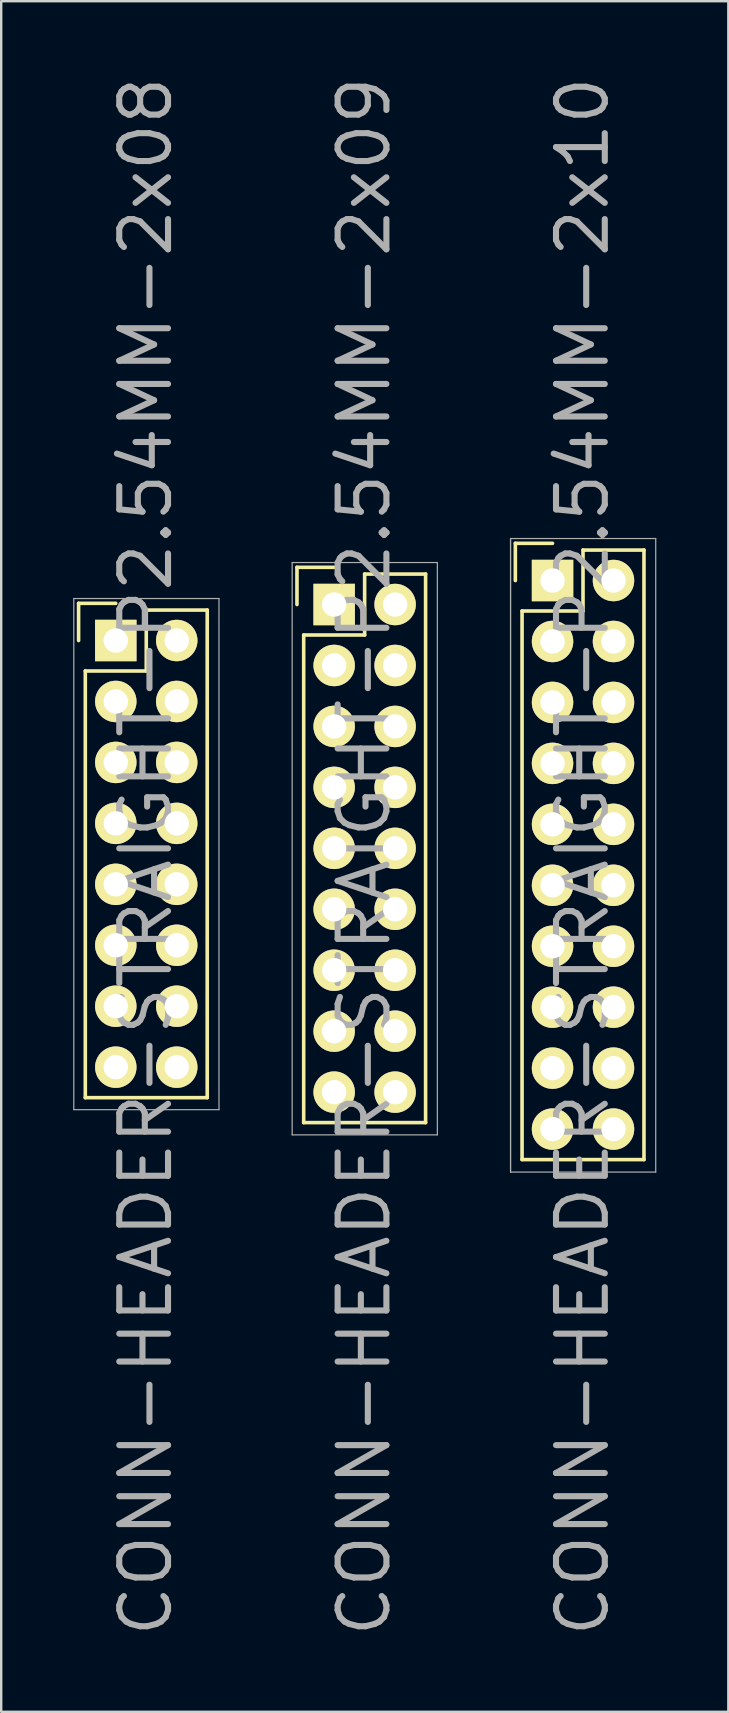
<source format=kicad_pcb>
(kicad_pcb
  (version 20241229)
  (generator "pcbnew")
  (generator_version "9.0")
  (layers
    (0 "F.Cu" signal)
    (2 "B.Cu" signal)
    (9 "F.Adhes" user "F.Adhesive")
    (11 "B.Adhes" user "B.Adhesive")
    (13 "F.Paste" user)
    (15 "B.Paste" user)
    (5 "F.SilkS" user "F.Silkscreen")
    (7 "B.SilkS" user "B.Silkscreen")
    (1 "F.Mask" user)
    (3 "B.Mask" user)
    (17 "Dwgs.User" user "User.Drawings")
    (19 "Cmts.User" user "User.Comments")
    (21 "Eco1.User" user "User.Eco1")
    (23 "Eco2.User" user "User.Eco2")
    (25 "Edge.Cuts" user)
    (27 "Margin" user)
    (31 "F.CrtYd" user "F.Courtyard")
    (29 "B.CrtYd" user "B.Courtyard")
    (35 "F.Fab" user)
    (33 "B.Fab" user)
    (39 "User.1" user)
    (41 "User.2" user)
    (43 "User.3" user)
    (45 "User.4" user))
  (footprint "CONN-HEADER-STRAIGHT-P2.54MM-2x08"
    (layer "F.Cu")
    (at 1.775 23.641)
    (property "Reference" "CONN-HEADER-STRAIGHT-P2.54MM-2x08" (at 1.25 9 90) (layer "F.Fab") (effects (font (size 2.032 2.032) (thickness 0.254))))
    (attr smd)
    (fp_line (start -1.55 -1.55) (end -1.55 0) (stroke (width 0.15) (type solid)) (layer "F.SilkS"))
    (fp_line (start -1.27 1.27) (end -1.27 19.05) (stroke (width 0.15) (type solid)) (layer "F.SilkS"))
    (fp_line (start 0 -1.55) (end -1.55 -1.55) (stroke (width 0.15) (type solid)) (layer "F.SilkS"))
    (fp_line (start 1.27 -1.27) (end 1.27 1.27) (stroke (width 0.15) (type solid)) (layer "F.SilkS"))
    (fp_line (start 1.27 1.27) (end -1.27 1.27) (stroke (width 0.15) (type solid)) (layer "F.SilkS"))
    (fp_line (start 3.81 -1.27) (end 1.27 -1.27) (stroke (width 0.15) (type solid)) (layer "F.SilkS"))
    (fp_line (start 3.81 19.05) (end -1.27 19.05) (stroke (width 0.15) (type solid)) (layer "F.SilkS"))
    (fp_line (start 3.81 19.05) (end 3.81 -1.27) (stroke (width 0.15) (type solid)) (layer "F.SilkS"))
    (fp_line (start -1.75 -1.75) (end -1.75 19.55) (stroke (width 0.05) (type solid)) (layer "F.Fab"))
    (fp_line (start -1.75 -1.75) (end 4.3 -1.75) (stroke (width 0.05) (type solid)) (layer "F.Fab"))
    (fp_line (start -1.75 19.55) (end 4.3 19.55) (stroke (width 0.05) (type solid)) (layer "F.Fab"))
    (fp_line (start 4.3 -1.75) (end 4.3 19.55) (stroke (width 0.05) (type solid)) (layer "F.Fab"))
    (pad "1" thru_hole rect (at 0 0) (size 1.727 1.727) (drill 1.016) (layers "*.Cu" "*.Mask" "F.SilkS"))
    (pad "2" thru_hole oval (at 2.54 0) (size 1.727 1.727) (drill 1.016) (layers "*.Cu" "*.Mask" "F.SilkS"))
    (pad "3" thru_hole oval (at 0 2.54) (size 1.727 1.727) (drill 1.016) (layers "*.Cu" "*.Mask" "F.SilkS"))
    (pad "4" thru_hole oval (at 2.54 2.54) (size 1.727 1.727) (drill 1.016) (layers "*.Cu" "*.Mask" "F.SilkS"))
    (pad "5" thru_hole oval (at 0 5.08) (size 1.727 1.727) (drill 1.016) (layers "*.Cu" "*.Mask" "F.SilkS"))
    (pad "6" thru_hole oval (at 2.54 5.08) (size 1.727 1.727) (drill 1.016) (layers "*.Cu" "*.Mask" "F.SilkS"))
    (pad "7" thru_hole oval (at 0 7.62) (size 1.727 1.727) (drill 1.016) (layers "*.Cu" "*.Mask" "F.SilkS"))
    (pad "8" thru_hole oval (at 2.54 7.62) (size 1.727 1.727) (drill 1.016) (layers "*.Cu" "*.Mask" "F.SilkS"))
    (pad "9" thru_hole oval (at 0 10.16) (size 1.727 1.727) (drill 1.016) (layers "*.Cu" "*.Mask" "F.SilkS"))
    (pad "10" thru_hole oval (at 2.54 10.16) (size 1.727 1.727) (drill 1.016) (layers "*.Cu" "*.Mask" "F.SilkS"))
    (pad "11" thru_hole oval (at 0 12.7) (size 1.727 1.727) (drill 1.016) (layers "*.Cu" "*.Mask" "F.SilkS"))
    (pad "12" thru_hole oval (at 2.54 12.7) (size 1.727 1.727) (drill 1.016) (layers "*.Cu" "*.Mask" "F.SilkS"))
    (pad "13" thru_hole oval (at 0 15.24) (size 1.727 1.727) (drill 1.016) (layers "*.Cu" "*.Mask" "F.SilkS"))
    (pad "14" thru_hole oval (at 2.54 15.24) (size 1.727 1.727) (drill 1.016) (layers "*.Cu" "*.Mask" "F.SilkS"))
    (pad "15" thru_hole oval (at 0 17.78) (size 1.727 1.727) (drill 1.016) (layers "*.Cu" "*.Mask" "F.SilkS"))
    (pad "16" thru_hole oval (at 2.54 17.78) (size 1.727 1.727) (drill 1.016) (layers "*.Cu" "*.Mask" "F.SilkS")))
  (footprint "CONN-HEADER-STRAIGHT-P2.54MM-2x09"
    (layer "F.Cu")
    (at 10.875 22.141)
    (property "Reference" "CONN-HEADER-STRAIGHT-P2.54MM-2x09" (at 1.25 10.5 90) (layer "F.Fab") (effects (font (size 2.032 2.032) (thickness 0.254))))
    (attr smd)
    (fp_line (start -1.55 -1.55) (end -1.55 0) (stroke (width 0.15) (type solid)) (layer "F.SilkS"))
    (fp_line (start -1.27 1.27) (end -1.27 21.59) (stroke (width 0.15) (type solid)) (layer "F.SilkS"))
    (fp_line (start 0 -1.55) (end -1.55 -1.55) (stroke (width 0.15) (type solid)) (layer "F.SilkS"))
    (fp_line (start 1.27 -1.27) (end 1.27 1.27) (stroke (width 0.15) (type solid)) (layer "F.SilkS"))
    (fp_line (start 1.27 1.27) (end -1.27 1.27) (stroke (width 0.15) (type solid)) (layer "F.SilkS"))
    (fp_line (start 3.81 -1.27) (end 1.27 -1.27) (stroke (width 0.15) (type solid)) (layer "F.SilkS"))
    (fp_line (start 3.81 21.59) (end -1.27 21.59) (stroke (width 0.15) (type solid)) (layer "F.SilkS"))
    (fp_line (start 3.81 21.59) (end 3.81 -1.27) (stroke (width 0.15) (type solid)) (layer "F.SilkS"))
    (fp_line (start -1.75 -1.75) (end -1.75 22.1) (stroke (width 0.05) (type solid)) (layer "F.Fab"))
    (fp_line (start -1.75 -1.75) (end 4.3 -1.75) (stroke (width 0.05) (type solid)) (layer "F.Fab"))
    (fp_line (start -1.75 22.1) (end 4.3 22.1) (stroke (width 0.05) (type solid)) (layer "F.Fab"))
    (fp_line (start 4.3 -1.75) (end 4.3 22.1) (stroke (width 0.05) (type solid)) (layer "F.Fab"))
    (pad "1" thru_hole rect (at 0 0) (size 1.727 1.727) (drill 1.016) (layers "*.Cu" "*.Mask" "F.SilkS"))
    (pad "2" thru_hole oval (at 2.54 0) (size 1.727 1.727) (drill 1.016) (layers "*.Cu" "*.Mask" "F.SilkS"))
    (pad "3" thru_hole oval (at 0 2.54) (size 1.727 1.727) (drill 1.016) (layers "*.Cu" "*.Mask" "F.SilkS"))
    (pad "4" thru_hole oval (at 2.54 2.54) (size 1.727 1.727) (drill 1.016) (layers "*.Cu" "*.Mask" "F.SilkS"))
    (pad "5" thru_hole oval (at 0 5.08) (size 1.727 1.727) (drill 1.016) (layers "*.Cu" "*.Mask" "F.SilkS"))
    (pad "6" thru_hole oval (at 2.54 5.08) (size 1.727 1.727) (drill 1.016) (layers "*.Cu" "*.Mask" "F.SilkS"))
    (pad "7" thru_hole oval (at 0 7.62) (size 1.727 1.727) (drill 1.016) (layers "*.Cu" "*.Mask" "F.SilkS"))
    (pad "8" thru_hole oval (at 2.54 7.62) (size 1.727 1.727) (drill 1.016) (layers "*.Cu" "*.Mask" "F.SilkS"))
    (pad "9" thru_hole oval (at 0 10.16) (size 1.727 1.727) (drill 1.016) (layers "*.Cu" "*.Mask" "F.SilkS"))
    (pad "10" thru_hole oval (at 2.54 10.16) (size 1.727 1.727) (drill 1.016) (layers "*.Cu" "*.Mask" "F.SilkS"))
    (pad "11" thru_hole oval (at 0 12.7) (size 1.727 1.727) (drill 1.016) (layers "*.Cu" "*.Mask" "F.SilkS"))
    (pad "12" thru_hole oval (at 2.54 12.7) (size 1.727 1.727) (drill 1.016) (layers "*.Cu" "*.Mask" "F.SilkS"))
    (pad "13" thru_hole oval (at 0 15.24) (size 1.727 1.727) (drill 1.016) (layers "*.Cu" "*.Mask" "F.SilkS"))
    (pad "14" thru_hole oval (at 2.54 15.24) (size 1.727 1.727) (drill 1.016) (layers "*.Cu" "*.Mask" "F.SilkS"))
    (pad "15" thru_hole oval (at 0 17.78) (size 1.727 1.727) (drill 1.016) (layers "*.Cu" "*.Mask" "F.SilkS"))
    (pad "16" thru_hole oval (at 2.54 17.78) (size 1.727 1.727) (drill 1.016) (layers "*.Cu" "*.Mask" "F.SilkS"))
    (pad "17" thru_hole oval (at 0 20.32) (size 1.727 1.727) (drill 1.016) (layers "*.Cu" "*.Mask" "F.SilkS"))
    (pad "18" thru_hole oval (at 2.54 20.32) (size 1.727 1.727) (drill 1.016) (layers "*.Cu" "*.Mask" "F.SilkS")))
  (footprint "CONN-HEADER-STRAIGHT-P2.54MM-2x10"
    (layer "F.Cu")
    (at 19.975 21.141)
    (property "Reference" "CONN-HEADER-STRAIGHT-P2.54MM-2x10" (at 1.25 11.5 90) (layer "F.Fab") (effects (font (size 2.032 2.032) (thickness 0.254))))
    (attr smd)
    (fp_line (start -1.55 -1.55) (end -1.55 0) (stroke (width 0.15) (type solid)) (layer "F.SilkS"))
    (fp_line (start -1.27 1.27) (end -1.27 24.13) (stroke (width 0.15) (type solid)) (layer "F.SilkS"))
    (fp_line (start 0 -1.55) (end -1.55 -1.55) (stroke (width 0.15) (type solid)) (layer "F.SilkS"))
    (fp_line (start 1.27 -1.27) (end 1.27 1.27) (stroke (width 0.15) (type solid)) (layer "F.SilkS"))
    (fp_line (start 1.27 1.27) (end -1.27 1.27) (stroke (width 0.15) (type solid)) (layer "F.SilkS"))
    (fp_line (start 3.81 -1.27) (end 1.27 -1.27) (stroke (width 0.15) (type solid)) (layer "F.SilkS"))
    (fp_line (start 3.81 24.13) (end -1.27 24.13) (stroke (width 0.15) (type solid)) (layer "F.SilkS"))
    (fp_line (start 3.81 24.13) (end 3.81 -1.27) (stroke (width 0.15) (type solid)) (layer "F.SilkS"))
    (fp_line (start -1.75 -1.75) (end -1.75 24.65) (stroke (width 0.05) (type solid)) (layer "F.Fab"))
    (fp_line (start -1.75 -1.75) (end -1.75 24.65) (stroke (width 0.05) (type solid)) (layer "F.Fab"))
    (fp_line (start -1.75 -1.75) (end 4.3 -1.75) (stroke (width 0.05) (type solid)) (layer "F.Fab"))
    (fp_line (start -1.75 24.65) (end 4.3 24.65) (stroke (width 0.05) (type solid)) (layer "F.Fab"))
    (fp_line (start 4.3 -1.75) (end 4.3 24.65) (stroke (width 0.05) (type solid)) (layer "F.Fab"))
    (pad "1" thru_hole rect (at 0 0) (size 1.727 1.727) (drill 1.016) (layers "*.Cu" "*.Mask" "F.SilkS"))
    (pad "2" thru_hole oval (at 2.54 0) (size 1.727 1.727) (drill 1.016) (layers "*.Cu" "*.Mask" "F.SilkS"))
    (pad "3" thru_hole oval (at 0 2.54) (size 1.727 1.727) (drill 1.016) (layers "*.Cu" "*.Mask" "F.SilkS"))
    (pad "4" thru_hole oval (at 2.54 2.54) (size 1.727 1.727) (drill 1.016) (layers "*.Cu" "*.Mask" "F.SilkS"))
    (pad "5" thru_hole oval (at 0 5.08) (size 1.727 1.727) (drill 1.016) (layers "*.Cu" "*.Mask" "F.SilkS"))
    (pad "6" thru_hole oval (at 2.54 5.08) (size 1.727 1.727) (drill 1.016) (layers "*.Cu" "*.Mask" "F.SilkS"))
    (pad "7" thru_hole oval (at 0 7.62) (size 1.727 1.727) (drill 1.016) (layers "*.Cu" "*.Mask" "F.SilkS"))
    (pad "8" thru_hole oval (at 2.54 7.62) (size 1.727 1.727) (drill 1.016) (layers "*.Cu" "*.Mask" "F.SilkS"))
    (pad "9" thru_hole oval (at 0 10.16) (size 1.727 1.727) (drill 1.016) (layers "*.Cu" "*.Mask" "F.SilkS"))
    (pad "10" thru_hole oval (at 2.54 10.16) (size 1.727 1.727) (drill 1.016) (layers "*.Cu" "*.Mask" "F.SilkS"))
    (pad "11" thru_hole oval (at 0 12.7) (size 1.727 1.727) (drill 1.016) (layers "*.Cu" "*.Mask" "F.SilkS"))
    (pad "12" thru_hole oval (at 2.54 12.7) (size 1.727 1.727) (drill 1.016) (layers "*.Cu" "*.Mask" "F.SilkS"))
    (pad "13" thru_hole oval (at 0 15.24) (size 1.727 1.727) (drill 1.016) (layers "*.Cu" "*.Mask" "F.SilkS"))
    (pad "14" thru_hole oval (at 2.54 15.24) (size 1.727 1.727) (drill 1.016) (layers "*.Cu" "*.Mask" "F.SilkS"))
    (pad "15" thru_hole oval (at 0 17.78) (size 1.727 1.727) (drill 1.016) (layers "*.Cu" "*.Mask" "F.SilkS"))
    (pad "16" thru_hole oval (at 2.54 17.78) (size 1.727 1.727) (drill 1.016) (layers "*.Cu" "*.Mask" "F.SilkS"))
    (pad "17" thru_hole oval (at 0 20.32) (size 1.727 1.727) (drill 1.016) (layers "*.Cu" "*.Mask" "F.SilkS"))
    (pad "18" thru_hole oval (at 2.54 20.32) (size 1.727 1.727) (drill 1.016) (layers "*.Cu" "*.Mask" "F.SilkS"))
    (pad "19" thru_hole oval (at 0 22.86) (size 1.727 1.727) (drill 1.016) (layers "*.Cu" "*.Mask" "F.SilkS"))
    (pad "20" thru_hole oval (at 2.54 22.86) (size 1.727 1.727) (drill 1.016) (layers "*.Cu" "*.Mask" "F.SilkS")))
  (gr_rect
    (start -3 -3)
    (end 27.3 68.283)
    (stroke (width 0.1) (type default))
    (fill no)
    (layer "Edge.Cuts")))
</source>
